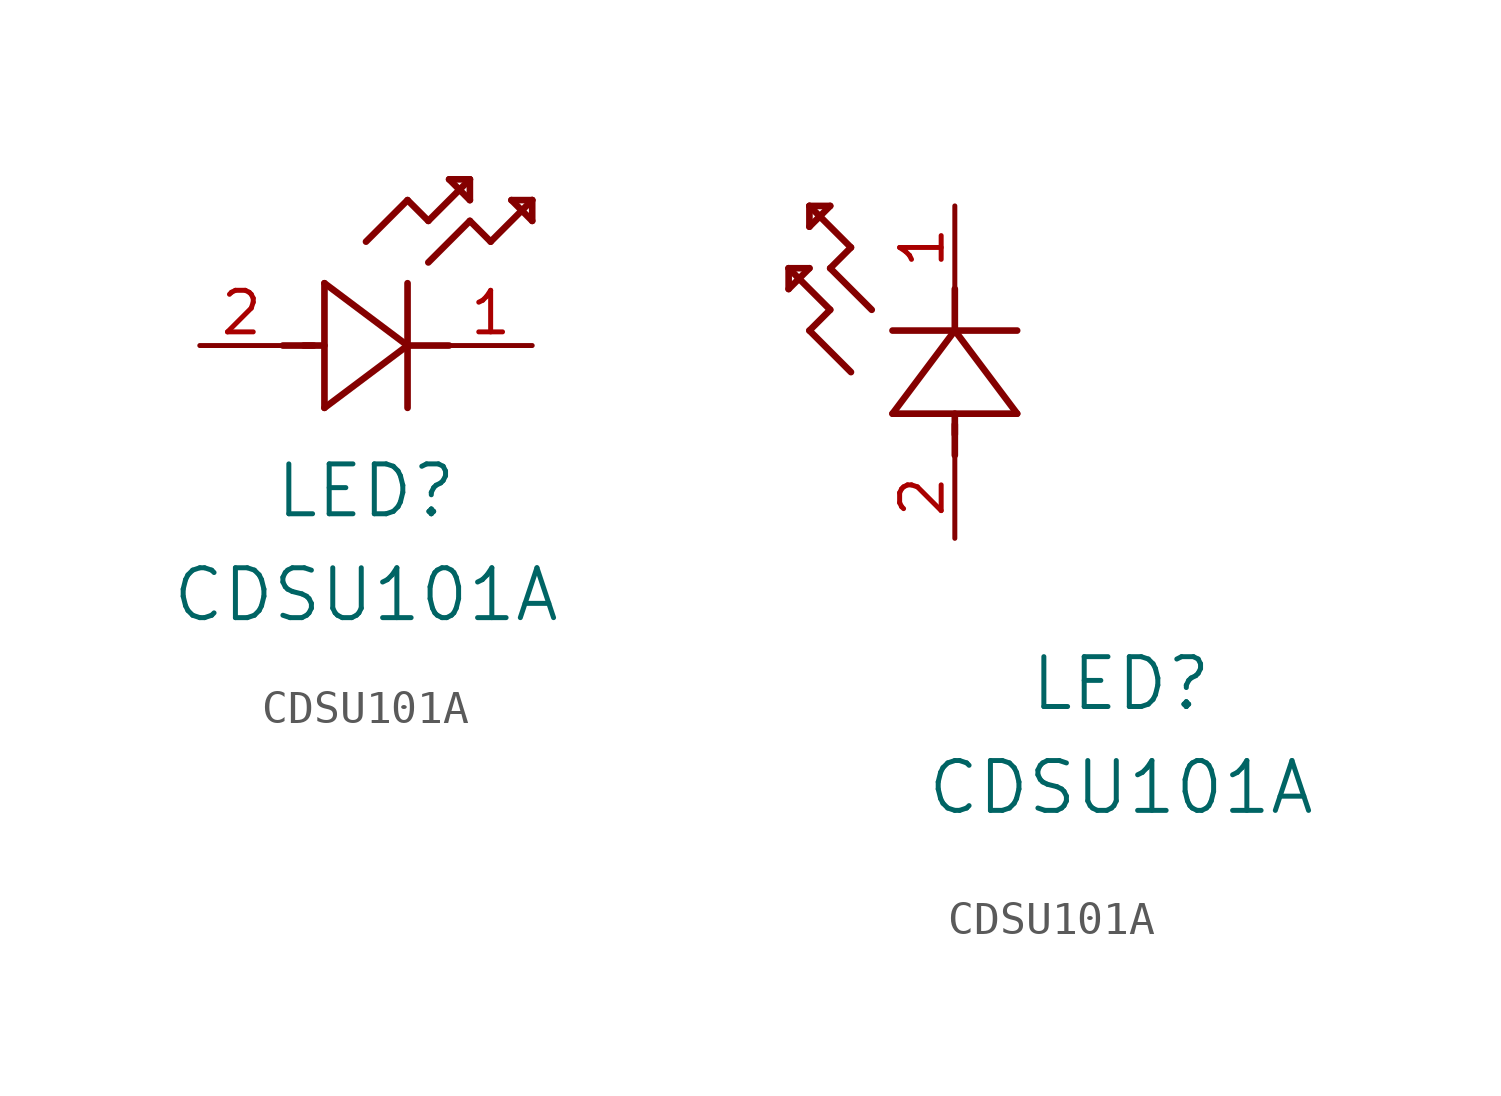
<source format=kicad_sym>
(kicad_symbol_lib
  (version 20211014)
  (generator kicad_symbol_editor)
  (symbol "CDSU101A"
    (pin_names
      (offset 0.254))
    (property "Reference" "LED"
      (at 5.08 -4.445 0)
      (effects (font (size 1.524 1.524))))
    (property "Value" "CDSU101A"
      (at 5.08 -7.62 0)
      (effects (font (size 1.524 1.524))))
    (symbol "CDSU101A_1_1"
      (polyline (pts (xy 2.54 0) (xy 3.48 0)) (stroke (width 0.203) (type default) (color 0 0 0 0)) (fill (type none)))
      (polyline (pts (xy 3.81 1.905) (xy 3.81 -1.905)) (stroke (width 0.203) (type default) (color 0 0 0 0)) (fill (type none)))
      (polyline (pts (xy 3.175 0) (xy 3.81 0)) (stroke (width 0.203) (type default) (color 0 0 0 0)) (fill (type none)))
      (polyline (pts (xy 6.35 -1.905) (xy 6.35 1.905)) (stroke (width 0.203) (type default) (color 0 0 0 0)) (fill (type none)))
      (polyline (pts (xy 6.35 0) (xy 7.62 0)) (stroke (width 0.203) (type default) (color 0 0 0 0)) (fill (type none)))
      (polyline (pts (xy 6.35 4.445) (xy 6.985 3.81)) (stroke (width 0.203) (type default) (color 0 0 0 0)) (fill (type none)))
      (polyline (pts (xy 6.985 3.81) (xy 8.255 5.08)) (stroke (width 0.203) (type default) (color 0 0 0 0)) (fill (type none)))
      (polyline (pts (xy 8.255 3.81) (xy 8.89 3.175)) (stroke (width 0.203) (type default) (color 0 0 0 0)) (fill (type none)))
      (polyline (pts (xy 8.89 3.175) (xy 10.16 4.445)) (stroke (width 0.203) (type default) (color 0 0 0 0)) (fill (type none)))
      (polyline (pts (xy 8.255 5.08) (xy 7.62 5.08)) (stroke (width 0.203) (type default) (color 0 0 0 0)) (fill (type none)))
      (polyline (pts (xy 7.62 5.08) (xy 8.255 4.445)) (stroke (width 0.203) (type default) (color 0 0 0 0)) (fill (type none)))
      (polyline (pts (xy 8.255 4.445) (xy 8.255 5.08)) (stroke (width 0.203) (type default) (color 0 0 0 0)) (fill (type none)))
      (polyline (pts (xy 10.16 4.445) (xy 9.525 4.445)) (stroke (width 0.203) (type default) (color 0 0 0 0)) (fill (type none)))
      (polyline (pts (xy 9.525 4.445) (xy 10.16 3.81)) (stroke (width 0.203) (type default) (color 0 0 0 0)) (fill (type none)))
      (polyline (pts (xy 10.16 3.81) (xy 10.16 4.445)) (stroke (width 0.203) (type default) (color 0 0 0 0)) (fill (type none)))
      (polyline (pts (xy 6.985 2.54) (xy 8.255 3.81)) (stroke (width 0.203) (type default) (color 0 0 0 0)) (fill (type none)))
      (polyline (pts (xy 6.35 0) (xy 3.81 1.905)) (stroke (width 0.203) (type default) (color 0 0 0 0)) (fill (type none)))
      (polyline (pts (xy 3.81 -1.905) (xy 6.35 0)) (stroke (width 0.203) (type default) (color 0 0 0 0)) (fill (type none)))
      (polyline (pts (xy 5.08 3.175) (xy 6.35 4.445)) (stroke (width 0.203) (type default) (color 0 0 0 0)) (fill (type none)))
      (pin unspecified line (at 10.16 0 180) (length 2.54) (name "" (effects (font (size 1.27 1.27)))) (number "1" (effects (font (size 1.27 1.27)))))
      (pin unspecified line (at 0 0 0) (length 2.54) (name "" (effects (font (size 1.27 1.27)))) (number "2" (effects (font (size 1.27 1.27))))))
    (symbol "CDSU101A_1_2"
      (polyline (pts (xy 0 2.54) (xy 0 3.48)) (stroke (width 0.203) (type default) (color 0 0 0 0)) (fill (type none)))
      (polyline (pts (xy -1.905 3.81) (xy 1.905 3.81)) (stroke (width 0.203) (type default) (color 0 0 0 0)) (fill (type none)))
      (polyline (pts (xy 0 3.175) (xy 0 3.81)) (stroke (width 0.203) (type default) (color 0 0 0 0)) (fill (type none)))
      (polyline (pts (xy 1.905 6.35) (xy -1.905 6.35)) (stroke (width 0.203) (type default) (color 0 0 0 0)) (fill (type none)))
      (polyline (pts (xy 0 6.35) (xy 0 7.62)) (stroke (width 0.203) (type default) (color 0 0 0 0)) (fill (type none)))
      (polyline (pts (xy 0 6.35) (xy -1.905 3.81)) (stroke (width 0.203) (type default) (color 0 0 0 0)) (fill (type none)))
      (polyline (pts (xy 1.905 3.81) (xy 0 6.35)) (stroke (width 0.203) (type default) (color 0 0 0 0)) (fill (type none)))
      (polyline (pts (xy -4.445 6.35) (xy -3.81 6.985)) (stroke (width 0.203) (type default) (color 0 0 0 0)) (fill (type none)))
      (polyline (pts (xy -2.54 6.985) (xy -3.81 8.255)) (stroke (width 0.203) (type default) (color 0 0 0 0)) (fill (type none)))
      (polyline (pts (xy -3.175 5.08) (xy -4.445 6.35)) (stroke (width 0.203) (type default) (color 0 0 0 0)) (fill (type none)))
      (polyline (pts (xy -4.445 10.16) (xy -4.445 9.525)) (stroke (width 0.203) (type default) (color 0 0 0 0)) (fill (type none)))
      (polyline (pts (xy -4.445 9.525) (xy -3.81 10.16)) (stroke (width 0.203) (type default) (color 0 0 0 0)) (fill (type none)))
      (polyline (pts (xy -3.81 10.16) (xy -4.445 10.16)) (stroke (width 0.203) (type default) (color 0 0 0 0)) (fill (type none)))
      (polyline (pts (xy -3.81 8.255) (xy -3.175 8.89)) (stroke (width 0.203) (type default) (color 0 0 0 0)) (fill (type none)))
      (polyline (pts (xy -3.175 8.89) (xy -4.445 10.16)) (stroke (width 0.203) (type default) (color 0 0 0 0)) (fill (type none)))
      (polyline (pts (xy -3.81 6.985) (xy -5.08 8.255)) (stroke (width 0.203) (type default) (color 0 0 0 0)) (fill (type none)))
      (polyline (pts (xy -5.08 8.255) (xy -5.08 7.62)) (stroke (width 0.203) (type default) (color 0 0 0 0)) (fill (type none)))
      (polyline (pts (xy -5.08 7.62) (xy -4.445 8.255)) (stroke (width 0.203) (type default) (color 0 0 0 0)) (fill (type none)))
      (polyline (pts (xy -4.445 8.255) (xy -5.08 8.255)) (stroke (width 0.203) (type default) (color 0 0 0 0)) (fill (type none)))
      (pin unspecified line (at 0 10.16 270) (length 2.54) (name "" (effects (font (size 1.27 1.27)))) (number "1" (effects (font (size 1.27 1.27)))))
      (pin unspecified line (at 0 0 90) (length 2.54) (name "" (effects (font (size 1.27 1.27)))) (number "2" (effects (font (size 1.27 1.27))))))))
</source>
